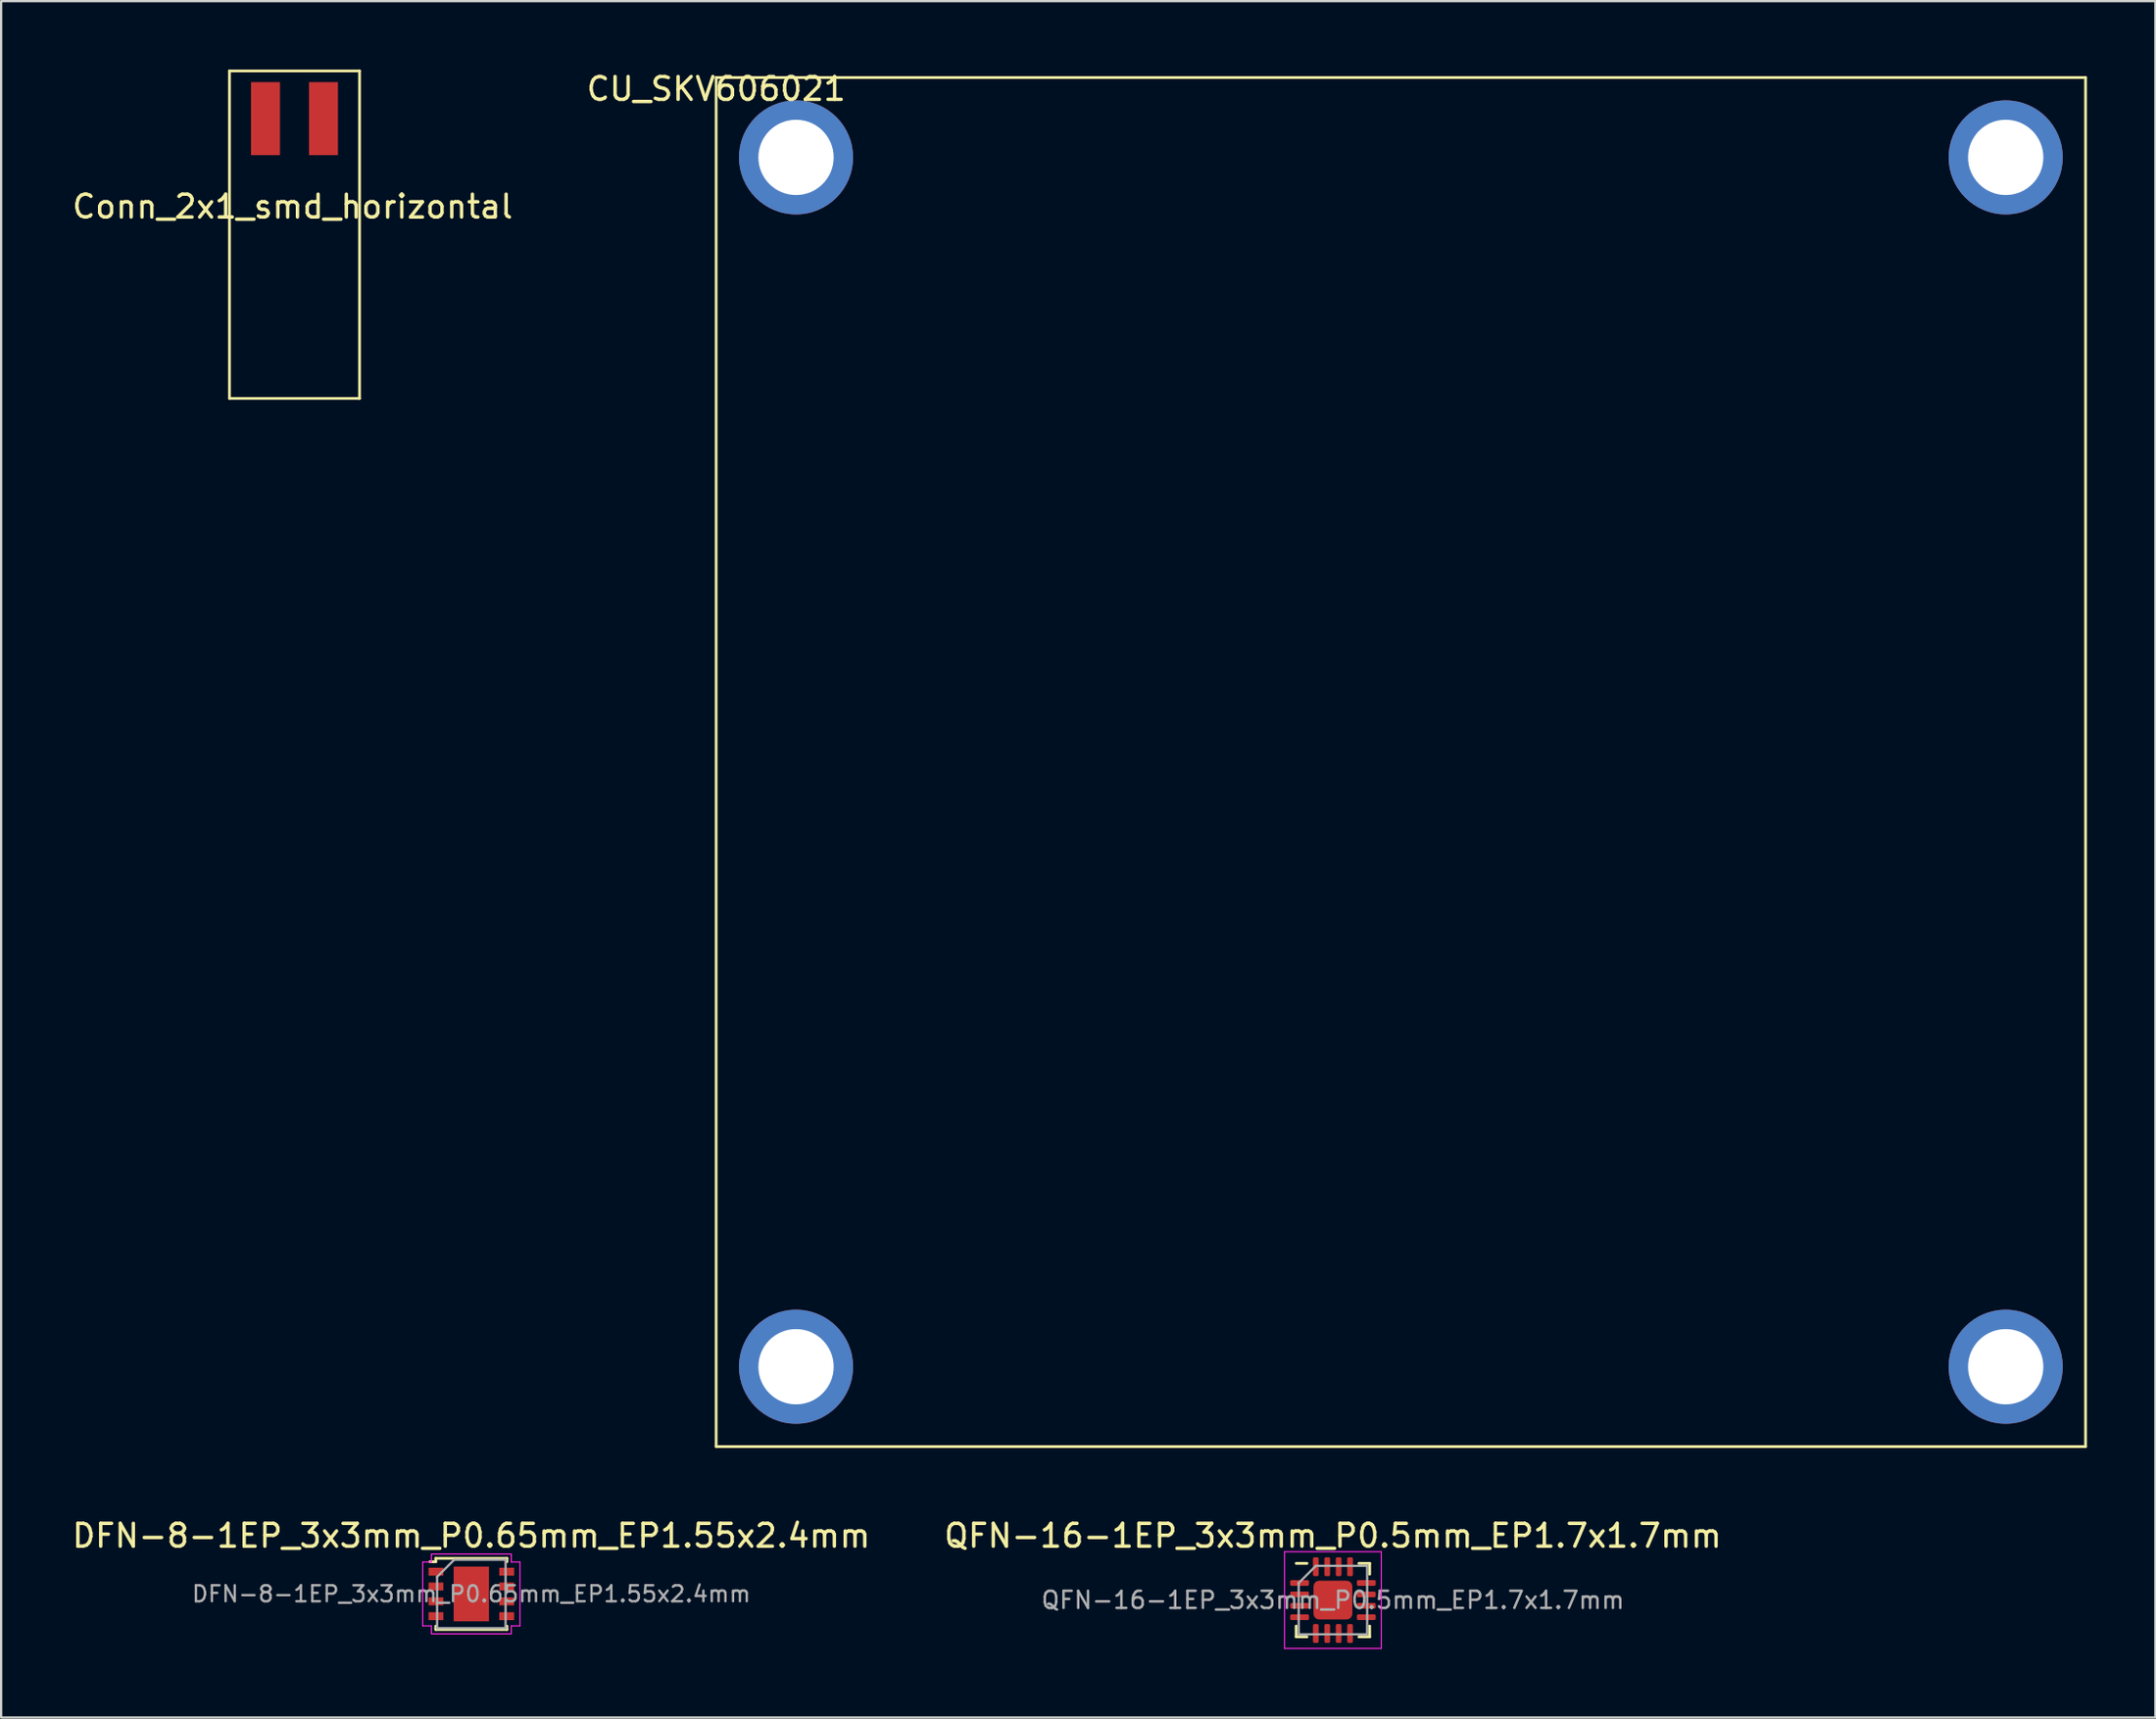
<source format=kicad_pcb>
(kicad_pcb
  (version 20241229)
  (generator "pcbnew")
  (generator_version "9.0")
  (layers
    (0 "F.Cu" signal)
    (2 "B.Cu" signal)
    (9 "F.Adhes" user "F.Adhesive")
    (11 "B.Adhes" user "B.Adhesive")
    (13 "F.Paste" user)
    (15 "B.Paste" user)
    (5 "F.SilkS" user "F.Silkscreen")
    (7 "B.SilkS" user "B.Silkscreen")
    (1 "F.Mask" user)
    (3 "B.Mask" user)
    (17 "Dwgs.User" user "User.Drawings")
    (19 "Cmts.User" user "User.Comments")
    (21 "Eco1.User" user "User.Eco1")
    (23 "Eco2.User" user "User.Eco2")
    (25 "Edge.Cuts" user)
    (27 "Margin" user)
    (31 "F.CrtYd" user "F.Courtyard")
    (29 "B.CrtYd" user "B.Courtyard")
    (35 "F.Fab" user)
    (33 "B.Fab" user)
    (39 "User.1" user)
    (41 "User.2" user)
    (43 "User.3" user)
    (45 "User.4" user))
  (footprint "QFN-16-1EP_3x3mm_P0.5mm_EP1.7x1.7mm"
    (layer "F.Cu")
    (at 55.351 67.076)
    (property "Reference" "QFN-16-1EP_3x3mm_P0.5mm_EP1.7x1.7mm" (at 0 -2.82 180) (layer "F.SilkS") (effects (font (size 1 1) (thickness 0.15))))
    (attr smd)
    (fp_line (start -1.61 1.61) (end -1.61 1.135) (stroke (width 0.12) (type solid)) (layer "F.SilkS"))
    (fp_line (start -1.135 -1.61) (end -1.61 -1.61) (stroke (width 0.12) (type solid)) (layer "F.SilkS"))
    (fp_line (start -1.135 1.61) (end -1.61 1.61) (stroke (width 0.12) (type solid)) (layer "F.SilkS"))
    (fp_line (start 1.135 -1.61) (end 1.61 -1.61) (stroke (width 0.12) (type solid)) (layer "F.SilkS"))
    (fp_line (start 1.135 1.61) (end 1.61 1.61) (stroke (width 0.12) (type solid)) (layer "F.SilkS"))
    (fp_line (start 1.61 -1.61) (end 1.61 -1.135) (stroke (width 0.12) (type solid)) (layer "F.SilkS"))
    (fp_line (start 1.61 1.61) (end 1.61 1.135) (stroke (width 0.12) (type solid)) (layer "F.SilkS"))
    (fp_line (start -2.12 -2.12) (end -2.12 2.12) (stroke (width 0.05) (type solid)) (layer "F.CrtYd"))
    (fp_line (start -2.12 2.12) (end 2.12 2.12) (stroke (width 0.05) (type solid)) (layer "F.CrtYd"))
    (fp_line (start 2.12 -2.12) (end -2.12 -2.12) (stroke (width 0.05) (type solid)) (layer "F.CrtYd"))
    (fp_line (start 2.12 2.12) (end 2.12 -2.12) (stroke (width 0.05) (type solid)) (layer "F.CrtYd"))
    (fp_line (start -1.5 -0.75) (end -0.75 -1.5) (stroke (width 0.1) (type solid)) (layer "F.Fab"))
    (fp_line (start -1.5 1.5) (end -1.5 -0.75) (stroke (width 0.1) (type solid)) (layer "F.Fab"))
    (fp_line (start -0.75 -1.5) (end 1.5 -1.5) (stroke (width 0.1) (type solid)) (layer "F.Fab"))
    (fp_line (start 1.5 -1.5) (end 1.5 1.5) (stroke (width 0.1) (type solid)) (layer "F.Fab"))
    (fp_line (start 1.5 1.5) (end -1.5 1.5) (stroke (width 0.1) (type solid)) (layer "F.Fab"))
    (fp_text user "${REFERENCE}" (at 0 0 180) (layer "F.Fab") (effects (font (size 0.75 0.75) (thickness 0.11))))
    (pad "" smd roundrect (at -0.425 -0.425) (size 0.69 0.69) (layers "F.Paste") (roundrect_rratio 0.25))
    (pad "" smd roundrect (at -0.425 0.425) (size 0.69 0.69) (layers "F.Paste") (roundrect_rratio 0.25))
    (pad "" smd roundrect (at 0.425 -0.425) (size 0.69 0.69) (layers "F.Paste") (roundrect_rratio 0.25))
    (pad "" smd roundrect (at 0.425 0.425) (size 0.69 0.69) (layers "F.Paste") (roundrect_rratio 0.25))
    (pad "1" smd roundrect (at -1.462 -0.75) (size 0.825 0.25) (layers "F.Cu" "F.Mask" "F.Paste") (roundrect_rratio 0.25))
    (pad "2" smd roundrect (at -1.462 -0.25) (size 0.825 0.25) (layers "F.Cu" "F.Mask" "F.Paste") (roundrect_rratio 0.25))
    (pad "3" smd roundrect (at -1.462 0.25) (size 0.825 0.25) (layers "F.Cu" "F.Mask" "F.Paste") (roundrect_rratio 0.25))
    (pad "4" smd roundrect (at -1.462 0.75) (size 0.825 0.25) (layers "F.Cu" "F.Mask" "F.Paste") (roundrect_rratio 0.25))
    (pad "5" smd roundrect (at -0.75 1.462) (size 0.25 0.825) (layers "F.Cu" "F.Mask" "F.Paste") (roundrect_rratio 0.25))
    (pad "6" smd roundrect (at -0.25 1.462) (size 0.25 0.825) (layers "F.Cu" "F.Mask" "F.Paste") (roundrect_rratio 0.25))
    (pad "7" smd roundrect (at 0.25 1.462) (size 0.25 0.825) (layers "F.Cu" "F.Mask" "F.Paste") (roundrect_rratio 0.25))
    (pad "8" smd roundrect (at 0.75 1.462) (size 0.25 0.825) (layers "F.Cu" "F.Mask" "F.Paste") (roundrect_rratio 0.25))
    (pad "9" smd roundrect (at 1.462 0.75) (size 0.825 0.25) (layers "F.Cu" "F.Mask" "F.Paste") (roundrect_rratio 0.25))
    (pad "10" smd roundrect (at 1.462 0.25) (size 0.825 0.25) (layers "F.Cu" "F.Mask" "F.Paste") (roundrect_rratio 0.25))
    (pad "11" smd roundrect (at 1.462 -0.25) (size 0.825 0.25) (layers "F.Cu" "F.Mask" "F.Paste") (roundrect_rratio 0.25))
    (pad "12" smd roundrect (at 1.462 -0.75) (size 0.825 0.25) (layers "F.Cu" "F.Mask" "F.Paste") (roundrect_rratio 0.25))
    (pad "13" smd roundrect (at 0.75 -1.462) (size 0.25 0.825) (layers "F.Cu" "F.Mask" "F.Paste") (roundrect_rratio 0.25))
    (pad "14" smd roundrect (at 0.25 -1.462) (size 0.25 0.825) (layers "F.Cu" "F.Mask" "F.Paste") (roundrect_rratio 0.25))
    (pad "15" smd roundrect (at -0.25 -1.462) (size 0.25 0.825) (layers "F.Cu" "F.Mask" "F.Paste") (roundrect_rratio 0.25))
    (pad "16" smd roundrect (at -0.75 -1.462) (size 0.25 0.825) (layers "F.Cu" "F.Mask" "F.Paste") (roundrect_rratio 0.25))
    (pad "17" smd roundrect (at 0 0) (size 1.7 1.7) (layers "F.Cu" "F.Mask") (roundrect_rratio 0.147)))
  (footprint "Conn_2x1_smd_horizontal"
    (layer "F.Cu")
    (at 9.753 5.51)
    (property "Reference" "Conn_2x1_smd_horizontal" (at 0.015 0.495 0) (layer "F.SilkS") (effects (font (size 1 1) (thickness 0.15))))
    (attr through_hole)
    (fp_line (start -2.75 -5.45) (end 2.95 -5.45) (stroke (width 0.12) (type solid)) (layer "F.SilkS"))
    (fp_line (start -2.75 8.9) (end -2.75 -5.45) (stroke (width 0.12) (type solid)) (layer "F.SilkS"))
    (fp_line (start -2.75 8.9) (end 2.95 8.9) (stroke (width 0.12) (type solid)) (layer "F.SilkS"))
    (fp_line (start 2.95 8.9) (end 2.95 -5.45) (stroke (width 0.12) (type solid)) (layer "F.SilkS"))
    (pad "1" smd rect (at -1.17 -3.36) (size 1.27 3.2) (layers "F.Cu" "F.Mask" "F.Paste"))
    (pad "2" smd rect (at 1.37 -3.36) (size 1.27 3.2) (layers "F.Cu" "F.Mask" "F.Paste")))
  (footprint "CU_SKV606021"
    (layer "F.Cu")
    (at 28.327 0.348)
    (property "Reference" "CU_SKV606021" (at 0 0.5 0) (layer "F.SilkS") (effects (font (size 1 1) (thickness 0.15))))
    (attr through_hole)
    (fp_line (start 0 0) (end 0 60) (stroke (width 0.12) (type solid)) (layer "F.SilkS"))
    (fp_line (start 0 60) (end 60 60) (stroke (width 0.12) (type solid)) (layer "F.SilkS"))
    (fp_line (start 60 0) (end 0 0) (stroke (width 0.12) (type solid)) (layer "F.SilkS"))
    (fp_line (start 60 60) (end 60 0) (stroke (width 0.12) (type solid)) (layer "F.SilkS"))
    (pad "1" thru_hole circle (at 3.5 3.5) (size 5 5) (drill 3.3) (layers "*.Cu" "*.Mask"))
    (pad "2" thru_hole circle (at 56.5 3.5) (size 5 5) (drill 3.3) (layers "*.Cu" "*.Mask"))
    (pad "3" thru_hole circle (at 56.5 56.5) (size 5 5) (drill 3.3) (layers "*.Cu" "*.Mask"))
    (pad "4" thru_hole circle (at 3.5 56.5) (size 5 5) (drill 3.3) (layers "*.Cu" "*.Mask")))
  (footprint "DFN-8-1EP_3x3mm_P0.65mm_EP1.55x2.4mm"
    (layer "F.Cu")
    (at 17.601 66.806)
    (property "Reference" "DFN-8-1EP_3x3mm_P0.65mm_EP1.55x2.4mm" (at 0 -2.55 0) (layer "F.SilkS") (effects (font (size 1 1) (thickness 0.15))))
    (attr smd)
    (fp_line (start -1.56 -1.56) (end -1.56 -1.41) (stroke (width 0.12) (type solid)) (layer "F.SilkS"))
    (fp_line (start -1.56 -1.56) (end 1.56 -1.56) (stroke (width 0.12) (type solid)) (layer "F.SilkS"))
    (fp_line (start -1.56 -1.41) (end -1.82 -1.41) (stroke (width 0.12) (type solid)) (layer "F.SilkS"))
    (fp_line (start -1.56 1.56) (end -1.56 1.41) (stroke (width 0.12) (type solid)) (layer "F.SilkS"))
    (fp_line (start -1.56 1.56) (end 1.56 1.56) (stroke (width 0.12) (type solid)) (layer "F.SilkS"))
    (fp_line (start 1.56 -1.56) (end 1.56 -1.41) (stroke (width 0.12) (type solid)) (layer "F.SilkS"))
    (fp_line (start 1.56 1.56) (end 1.56 1.41) (stroke (width 0.12) (type solid)) (layer "F.SilkS"))
    (fp_line (start -2.13 -1.4) (end -2.13 1.4) (stroke (width 0.05) (type solid)) (layer "F.CrtYd"))
    (fp_line (start -1.75 -1.75) (end -1.75 -1.4) (stroke (width 0.05) (type solid)) (layer "F.CrtYd"))
    (fp_line (start -1.75 -1.75) (end 1.75 -1.75) (stroke (width 0.05) (type solid)) (layer "F.CrtYd"))
    (fp_line (start -1.75 -1.4) (end -2.13 -1.4) (stroke (width 0.05) (type solid)) (layer "F.CrtYd"))
    (fp_line (start -1.75 1.4) (end -2.13 1.4) (stroke (width 0.05) (type solid)) (layer "F.CrtYd"))
    (fp_line (start -1.75 1.75) (end -1.75 1.4) (stroke (width 0.05) (type solid)) (layer "F.CrtYd"))
    (fp_line (start -1.75 1.75) (end 1.75 1.75) (stroke (width 0.05) (type solid)) (layer "F.CrtYd"))
    (fp_line (start 1.75 -1.75) (end 1.75 -1.4) (stroke (width 0.05) (type solid)) (layer "F.CrtYd"))
    (fp_line (start 1.75 -1.4) (end 2.13 -1.4) (stroke (width 0.05) (type solid)) (layer "F.CrtYd"))
    (fp_line (start 1.75 1.4) (end 2.13 1.4) (stroke (width 0.05) (type solid)) (layer "F.CrtYd"))
    (fp_line (start 1.75 1.75) (end 1.75 1.4) (stroke (width 0.05) (type solid)) (layer "F.CrtYd"))
    (fp_line (start 2.13 -1.4) (end 2.13 1.4) (stroke (width 0.05) (type solid)) (layer "F.CrtYd"))
    (fp_line (start -1.5 -0.75) (end -0.75 -1.5) (stroke (width 0.1) (type solid)) (layer "F.Fab"))
    (fp_line (start -1.5 1.5) (end -1.5 -0.75) (stroke (width 0.1) (type solid)) (layer "F.Fab"))
    (fp_line (start -0.75 -1.5) (end 1.5 -1.5) (stroke (width 0.1) (type solid)) (layer "F.Fab"))
    (fp_line (start 1.5 -1.5) (end 1.5 1.5) (stroke (width 0.1) (type solid)) (layer "F.Fab"))
    (fp_line (start 1.5 1.5) (end -1.5 1.5) (stroke (width 0.1) (type solid)) (layer "F.Fab"))
    (fp_text user "${REFERENCE}" (at 0 0 0) (layer "F.Fab") (effects (font (size 0.7 0.7) (thickness 0.105))))
    (pad "" smd rect (at -0.388 -0.6) (size 0.6 1) (layers "F.Paste"))
    (pad "" smd rect (at -0.388 0.6) (size 0.6 1) (layers "F.Paste"))
    (pad "" smd rect (at 0.388 -0.6) (size 0.6 1) (layers "F.Paste"))
    (pad "" smd rect (at 0.388 0.6) (size 0.6 1) (layers "F.Paste"))
    (pad "1" smd rect (at -1.55 -0.975) (size 0.65 0.35) (layers "F.Cu" "F.Mask" "F.Paste"))
    (pad "2" smd rect (at -1.55 -0.325) (size 0.65 0.35) (layers "F.Cu" "F.Mask" "F.Paste"))
    (pad "3" smd rect (at -1.55 0.325) (size 0.65 0.35) (layers "F.Cu" "F.Mask" "F.Paste"))
    (pad "4" smd rect (at -1.55 0.975) (size 0.65 0.35) (layers "F.Cu" "F.Mask" "F.Paste"))
    (pad "5" smd rect (at 1.55 0.975) (size 0.65 0.35) (layers "F.Cu" "F.Mask" "F.Paste"))
    (pad "6" smd rect (at 1.55 0.325) (size 0.65 0.35) (layers "F.Cu" "F.Mask" "F.Paste"))
    (pad "7" smd rect (at 1.55 -0.325) (size 0.65 0.35) (layers "F.Cu" "F.Mask" "F.Paste"))
    (pad "8" smd rect (at 1.55 -0.975) (size 0.65 0.35) (layers "F.Cu" "F.Mask" "F.Paste"))
    (pad "9" smd rect (at 0 0) (size 1.55 2.4) (layers "F.Cu" "F.Mask")))
  (gr_rect
    (start -3 -3)
    (end 91.387 72.222)
    (stroke (width 0.1) (type default))
    (fill no)
    (layer "Edge.Cuts")))
</source>
